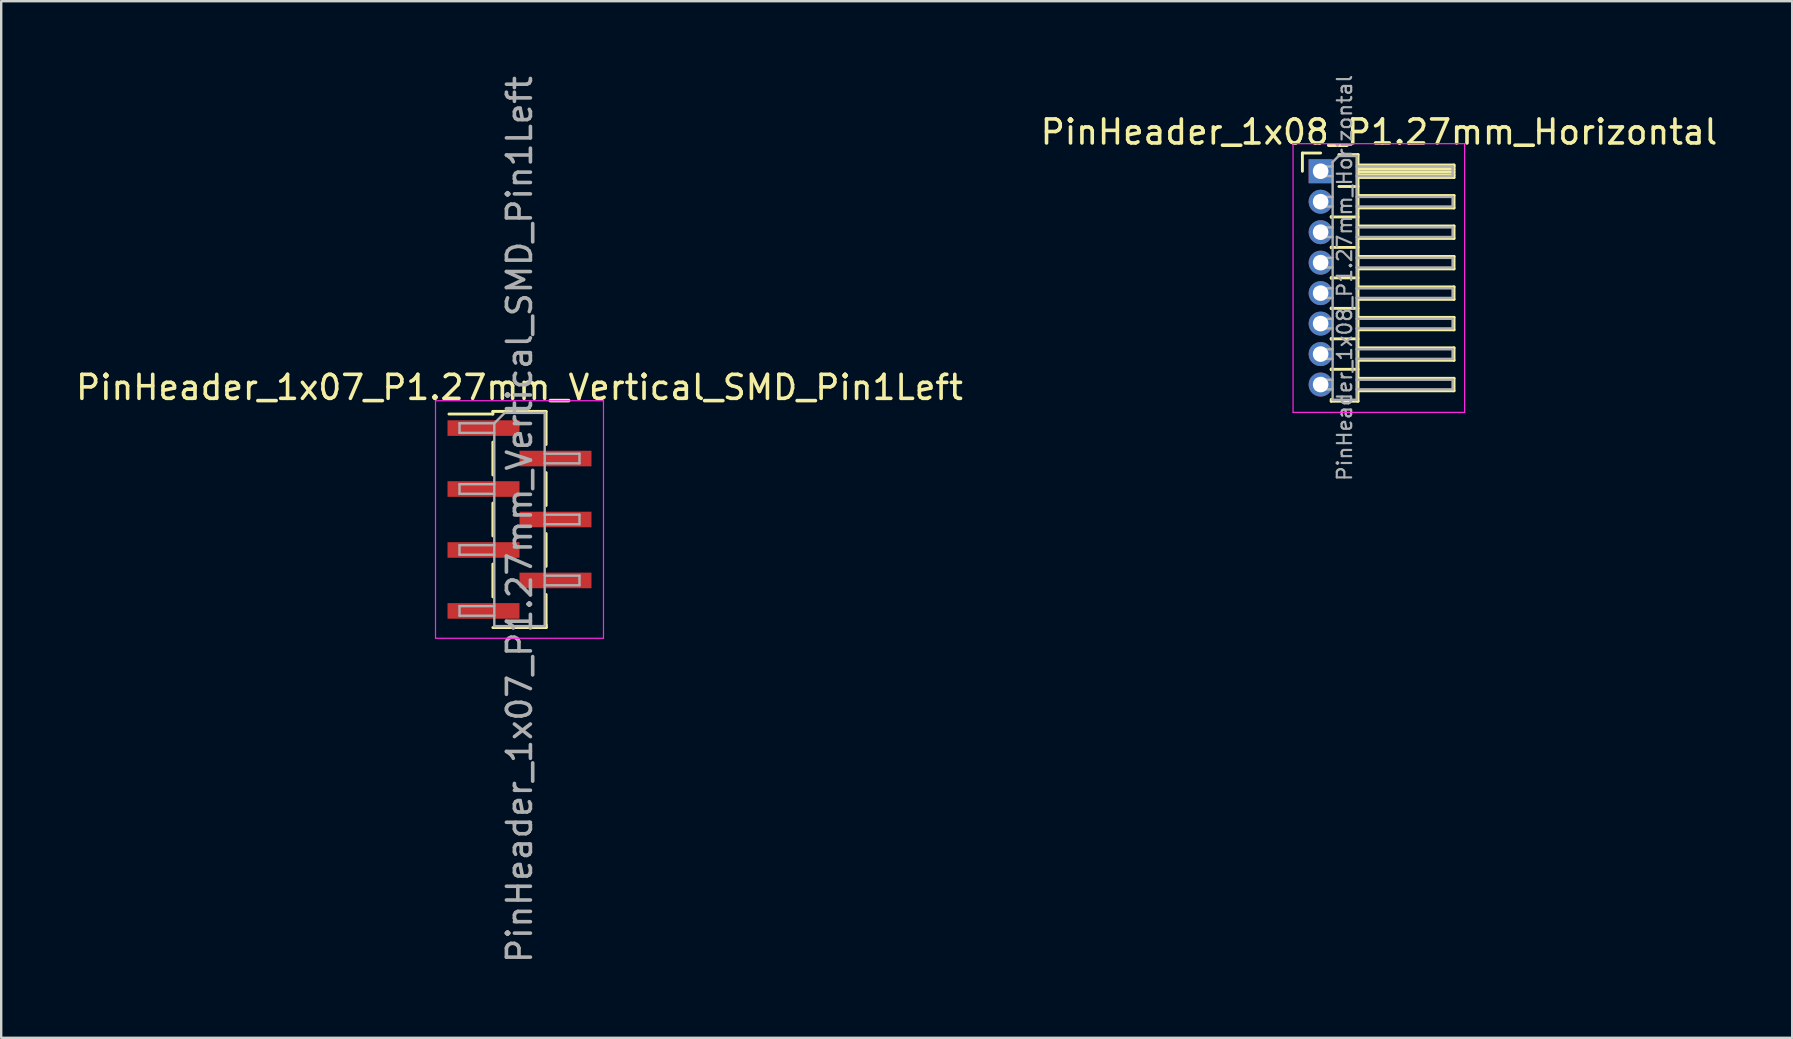
<source format=kicad_pcb>
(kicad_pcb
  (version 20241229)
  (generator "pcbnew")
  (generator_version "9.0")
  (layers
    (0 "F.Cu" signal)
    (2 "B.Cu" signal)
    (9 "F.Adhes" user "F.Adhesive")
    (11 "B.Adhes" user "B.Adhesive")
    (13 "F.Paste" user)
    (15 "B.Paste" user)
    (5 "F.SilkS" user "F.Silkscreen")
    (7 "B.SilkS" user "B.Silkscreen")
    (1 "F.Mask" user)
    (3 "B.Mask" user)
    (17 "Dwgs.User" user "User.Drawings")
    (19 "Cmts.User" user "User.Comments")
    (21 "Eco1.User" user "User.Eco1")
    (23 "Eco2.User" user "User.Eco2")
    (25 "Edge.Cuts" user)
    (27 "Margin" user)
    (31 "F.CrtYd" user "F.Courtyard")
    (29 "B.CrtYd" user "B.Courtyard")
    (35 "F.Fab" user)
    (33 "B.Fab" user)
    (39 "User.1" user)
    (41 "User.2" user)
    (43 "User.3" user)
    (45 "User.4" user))
  (footprint "PinHeader_1x07_P1.27mm_Vertical_SMD_Pin1Left"
    (layer "F.Cu")
    (at 18.601 18.601)
    (property "Reference" "PinHeader_1x07_P1.27mm_Vertical_SMD_Pin1Left" (at 0 -5.505 0) (layer "F.SilkS") (effects (font (size 1 1) (thickness 0.15))))
    (attr smd)
    (fp_line (start -1.11 -4.505) (end -1.11 -4.395) (stroke (width 0.12) (type solid)) (layer "F.SilkS"))
    (fp_line (start -1.11 -4.505) (end 1.11 -4.505) (stroke (width 0.12) (type solid)) (layer "F.SilkS"))
    (fp_line (start -1.11 -4.395) (end -2.94 -4.395) (stroke (width 0.12) (type solid)) (layer "F.SilkS"))
    (fp_line (start -1.11 -3.225) (end -1.11 -1.855) (stroke (width 0.12) (type solid)) (layer "F.SilkS"))
    (fp_line (start -1.11 -0.685) (end -1.11 0.685) (stroke (width 0.12) (type solid)) (layer "F.SilkS"))
    (fp_line (start -1.11 1.855) (end -1.11 3.225) (stroke (width 0.12) (type solid)) (layer "F.SilkS"))
    (fp_line (start -1.11 4.505) (end 1.11 4.505) (stroke (width 0.12) (type solid)) (layer "F.SilkS"))
    (fp_line (start 1.11 -4.495) (end 1.11 -3.125) (stroke (width 0.12) (type solid)) (layer "F.SilkS"))
    (fp_line (start 1.11 -1.955) (end 1.11 -0.585) (stroke (width 0.12) (type solid)) (layer "F.SilkS"))
    (fp_line (start 1.11 0.585) (end 1.11 1.955) (stroke (width 0.12) (type solid)) (layer "F.SilkS"))
    (fp_line (start 1.11 3.125) (end 1.11 4.495) (stroke (width 0.12) (type solid)) (layer "F.SilkS"))
    (fp_line (start 1.11 4.395) (end 1.11 4.505) (stroke (width 0.12) (type solid)) (layer "F.SilkS"))
    (fp_line (start -3.5 -4.95) (end -3.5 4.95) (stroke (width 0.05) (type solid)) (layer "F.CrtYd"))
    (fp_line (start -3.5 4.95) (end 3.5 4.95) (stroke (width 0.05) (type solid)) (layer "F.CrtYd"))
    (fp_line (start 3.5 -4.95) (end -3.5 -4.95) (stroke (width 0.05) (type solid)) (layer "F.CrtYd"))
    (fp_line (start 3.5 4.95) (end 3.5 -4.95) (stroke (width 0.05) (type solid)) (layer "F.CrtYd"))
    (fp_line (start -2.5 -4.01) (end -2.5 -3.61) (stroke (width 0.1) (type solid)) (layer "F.Fab"))
    (fp_line (start -2.5 -3.61) (end -1.05 -3.61) (stroke (width 0.1) (type solid)) (layer "F.Fab"))
    (fp_line (start -2.5 -1.47) (end -2.5 -1.07) (stroke (width 0.1) (type solid)) (layer "F.Fab"))
    (fp_line (start -2.5 -1.07) (end -1.05 -1.07) (stroke (width 0.1) (type solid)) (layer "F.Fab"))
    (fp_line (start -2.5 1.07) (end -2.5 1.47) (stroke (width 0.1) (type solid)) (layer "F.Fab"))
    (fp_line (start -2.5 1.47) (end -1.05 1.47) (stroke (width 0.1) (type solid)) (layer "F.Fab"))
    (fp_line (start -2.5 3.61) (end -2.5 4.01) (stroke (width 0.1) (type solid)) (layer "F.Fab"))
    (fp_line (start -2.5 4.01) (end -1.05 4.01) (stroke (width 0.1) (type solid)) (layer "F.Fab"))
    (fp_line (start -1.05 -4.01) (end -2.5 -4.01) (stroke (width 0.1) (type solid)) (layer "F.Fab"))
    (fp_line (start -1.05 -4.01) (end -0.615 -4.445) (stroke (width 0.1) (type solid)) (layer "F.Fab"))
    (fp_line (start -1.05 -1.47) (end -2.5 -1.47) (stroke (width 0.1) (type solid)) (layer "F.Fab"))
    (fp_line (start -1.05 1.07) (end -2.5 1.07) (stroke (width 0.1) (type solid)) (layer "F.Fab"))
    (fp_line (start -1.05 3.61) (end -2.5 3.61) (stroke (width 0.1) (type solid)) (layer "F.Fab"))
    (fp_line (start -1.05 4.445) (end -1.05 -4.01) (stroke (width 0.1) (type solid)) (layer "F.Fab"))
    (fp_line (start -0.615 -4.445) (end 1.05 -4.445) (stroke (width 0.1) (type solid)) (layer "F.Fab"))
    (fp_line (start 1.05 -4.445) (end 1.05 4.445) (stroke (width 0.1) (type solid)) (layer "F.Fab"))
    (fp_line (start 1.05 -2.74) (end 2.5 -2.74) (stroke (width 0.1) (type solid)) (layer "F.Fab"))
    (fp_line (start 1.05 -0.2) (end 2.5 -0.2) (stroke (width 0.1) (type solid)) (layer "F.Fab"))
    (fp_line (start 1.05 2.34) (end 2.5 2.34) (stroke (width 0.1) (type solid)) (layer "F.Fab"))
    (fp_line (start 1.05 4.445) (end -1.05 4.445) (stroke (width 0.1) (type solid)) (layer "F.Fab"))
    (fp_line (start 2.5 -2.74) (end 2.5 -2.34) (stroke (width 0.1) (type solid)) (layer "F.Fab"))
    (fp_line (start 2.5 -2.34) (end 1.05 -2.34) (stroke (width 0.1) (type solid)) (layer "F.Fab"))
    (fp_line (start 2.5 -0.2) (end 2.5 0.2) (stroke (width 0.1) (type solid)) (layer "F.Fab"))
    (fp_line (start 2.5 0.2) (end 1.05 0.2) (stroke (width 0.1) (type solid)) (layer "F.Fab"))
    (fp_line (start 2.5 2.34) (end 2.5 2.74) (stroke (width 0.1) (type solid)) (layer "F.Fab"))
    (fp_line (start 2.5 2.74) (end 1.05 2.74) (stroke (width 0.1) (type solid)) (layer "F.Fab"))
    (fp_text user "${REFERENCE}" (at 0 0 90) (layer "F.Fab") (effects (font (size 1 1) (thickness 0.15))))
    (pad "1" smd rect (at -1.5 -3.81) (size 3 0.65) (layers "F.Cu" "F.Mask" "F.Paste"))
    (pad "2" smd rect (at 1.5 -2.54) (size 3 0.65) (layers "F.Cu" "F.Mask" "F.Paste"))
    (pad "3" smd rect (at -1.5 -1.27) (size 3 0.65) (layers "F.Cu" "F.Mask" "F.Paste"))
    (pad "4" smd rect (at 1.5 0) (size 3 0.65) (layers "F.Cu" "F.Mask" "F.Paste"))
    (pad "5" smd rect (at -1.5 1.27) (size 3 0.65) (layers "F.Cu" "F.Mask" "F.Paste"))
    (pad "6" smd rect (at 1.5 2.54) (size 3 0.65) (layers "F.Cu" "F.Mask" "F.Paste"))
    (pad "7" smd rect (at -1.5 3.81) (size 3 0.65) (layers "F.Cu" "F.Mask" "F.Paste")))
  (footprint "PinHeader_1x08_P1.27mm_Horizontal"
    (layer "F.Cu")
    (at 51.99 4.087)
    (property "Reference" "PinHeader_1x08_P1.27mm_Horizontal" (at 2.433 -1.635 0) (layer "F.SilkS") (effects (font (size 1 1) (thickness 0.15))))
    (attr through_hole)
    (fp_line (start -0.76 -0.76) (end 0 -0.76) (stroke (width 0.12) (type solid)) (layer "F.SilkS"))
    (fp_line (start -0.76 0) (end -0.76 -0.76) (stroke (width 0.12) (type solid)) (layer "F.SilkS"))
    (fp_line (start 0.44 1.89) (end 0.44 1.92) (stroke (width 0.12) (type solid)) (layer "F.SilkS"))
    (fp_line (start 0.44 1.905) (end 1.56 1.905) (stroke (width 0.12) (type solid)) (layer "F.SilkS"))
    (fp_line (start 0.44 3.16) (end 0.44 3.19) (stroke (width 0.12) (type solid)) (layer "F.SilkS"))
    (fp_line (start 0.44 3.175) (end 1.56 3.175) (stroke (width 0.12) (type solid)) (layer "F.SilkS"))
    (fp_line (start 0.44 4.43) (end 0.44 4.46) (stroke (width 0.12) (type solid)) (layer "F.SilkS"))
    (fp_line (start 0.44 4.445) (end 1.56 4.445) (stroke (width 0.12) (type solid)) (layer "F.SilkS"))
    (fp_line (start 0.44 5.7) (end 0.44 5.73) (stroke (width 0.12) (type solid)) (layer "F.SilkS"))
    (fp_line (start 0.44 5.715) (end 1.56 5.715) (stroke (width 0.12) (type solid)) (layer "F.SilkS"))
    (fp_line (start 0.44 6.97) (end 0.44 7) (stroke (width 0.12) (type solid)) (layer "F.SilkS"))
    (fp_line (start 0.44 6.985) (end 1.56 6.985) (stroke (width 0.12) (type solid)) (layer "F.SilkS"))
    (fp_line (start 0.44 8.24) (end 0.44 8.27) (stroke (width 0.12) (type solid)) (layer "F.SilkS"))
    (fp_line (start 0.44 8.255) (end 1.56 8.255) (stroke (width 0.12) (type solid)) (layer "F.SilkS"))
    (fp_line (start 0.44 9.585) (end 0.44 9.51) (stroke (width 0.12) (type solid)) (layer "F.SilkS"))
    (fp_line (start 0.76 -0.695) (end 1.56 -0.695) (stroke (width 0.12) (type solid)) (layer "F.SilkS"))
    (fp_line (start 0.76 0.635) (end 1.56 0.635) (stroke (width 0.12) (type solid)) (layer "F.SilkS"))
    (fp_line (start 1.56 -0.695) (end 1.56 9.585) (stroke (width 0.12) (type solid)) (layer "F.SilkS"))
    (fp_line (start 1.56 -0.26) (end 5.56 -0.26) (stroke (width 0.12) (type solid)) (layer "F.SilkS"))
    (fp_line (start 1.56 -0.2) (end 5.56 -0.2) (stroke (width 0.12) (type solid)) (layer "F.SilkS"))
    (fp_line (start 1.56 -0.08) (end 5.56 -0.08) (stroke (width 0.12) (type solid)) (layer "F.SilkS"))
    (fp_line (start 1.56 0.04) (end 5.56 0.04) (stroke (width 0.12) (type solid)) (layer "F.SilkS"))
    (fp_line (start 1.56 0.16) (end 5.56 0.16) (stroke (width 0.12) (type solid)) (layer "F.SilkS"))
    (fp_line (start 1.56 1.01) (end 5.56 1.01) (stroke (width 0.12) (type solid)) (layer "F.SilkS"))
    (fp_line (start 1.56 2.28) (end 5.56 2.28) (stroke (width 0.12) (type solid)) (layer "F.SilkS"))
    (fp_line (start 1.56 3.55) (end 5.56 3.55) (stroke (width 0.12) (type solid)) (layer "F.SilkS"))
    (fp_line (start 1.56 4.82) (end 5.56 4.82) (stroke (width 0.12) (type solid)) (layer "F.SilkS"))
    (fp_line (start 1.56 6.09) (end 5.56 6.09) (stroke (width 0.12) (type solid)) (layer "F.SilkS"))
    (fp_line (start 1.56 7.36) (end 5.56 7.36) (stroke (width 0.12) (type solid)) (layer "F.SilkS"))
    (fp_line (start 1.56 8.63) (end 5.56 8.63) (stroke (width 0.12) (type solid)) (layer "F.SilkS"))
    (fp_line (start 1.56 9.585) (end 0.44 9.585) (stroke (width 0.12) (type solid)) (layer "F.SilkS"))
    (fp_line (start 5.56 -0.26) (end 5.56 0.26) (stroke (width 0.12) (type solid)) (layer "F.SilkS"))
    (fp_line (start 5.56 0.26) (end 1.56 0.26) (stroke (width 0.12) (type solid)) (layer "F.SilkS"))
    (fp_line (start 5.56 1.01) (end 5.56 1.53) (stroke (width 0.12) (type solid)) (layer "F.SilkS"))
    (fp_line (start 5.56 1.53) (end 1.56 1.53) (stroke (width 0.12) (type solid)) (layer "F.SilkS"))
    (fp_line (start 5.56 2.28) (end 5.56 2.8) (stroke (width 0.12) (type solid)) (layer "F.SilkS"))
    (fp_line (start 5.56 2.8) (end 1.56 2.8) (stroke (width 0.12) (type solid)) (layer "F.SilkS"))
    (fp_line (start 5.56 3.55) (end 5.56 4.07) (stroke (width 0.12) (type solid)) (layer "F.SilkS"))
    (fp_line (start 5.56 4.07) (end 1.56 4.07) (stroke (width 0.12) (type solid)) (layer "F.SilkS"))
    (fp_line (start 5.56 4.82) (end 5.56 5.34) (stroke (width 0.12) (type solid)) (layer "F.SilkS"))
    (fp_line (start 5.56 5.34) (end 1.56 5.34) (stroke (width 0.12) (type solid)) (layer "F.SilkS"))
    (fp_line (start 5.56 6.09) (end 5.56 6.61) (stroke (width 0.12) (type solid)) (layer "F.SilkS"))
    (fp_line (start 5.56 6.61) (end 1.56 6.61) (stroke (width 0.12) (type solid)) (layer "F.SilkS"))
    (fp_line (start 5.56 7.36) (end 5.56 7.88) (stroke (width 0.12) (type solid)) (layer "F.SilkS"))
    (fp_line (start 5.56 7.88) (end 1.56 7.88) (stroke (width 0.12) (type solid)) (layer "F.SilkS"))
    (fp_line (start 5.56 8.63) (end 5.56 9.15) (stroke (width 0.12) (type solid)) (layer "F.SilkS"))
    (fp_line (start 5.56 9.15) (end 1.56 9.15) (stroke (width 0.12) (type solid)) (layer "F.SilkS"))
    (fp_line (start -1.15 -1.15) (end -1.15 10.05) (stroke (width 0.05) (type solid)) (layer "F.CrtYd"))
    (fp_line (start -1.15 10.05) (end 6 10.05) (stroke (width 0.05) (type solid)) (layer "F.CrtYd"))
    (fp_line (start 6 -1.15) (end -1.15 -1.15) (stroke (width 0.05) (type solid)) (layer "F.CrtYd"))
    (fp_line (start 6 10.05) (end 6 -1.15) (stroke (width 0.05) (type solid)) (layer "F.CrtYd"))
    (fp_line (start -0.2 -0.2) (end -0.2 0.2) (stroke (width 0.1) (type solid)) (layer "F.Fab"))
    (fp_line (start -0.2 -0.2) (end 0.5 -0.2) (stroke (width 0.1) (type solid)) (layer "F.Fab"))
    (fp_line (start -0.2 0.2) (end 0.5 0.2) (stroke (width 0.1) (type solid)) (layer "F.Fab"))
    (fp_line (start -0.2 1.07) (end -0.2 1.47) (stroke (width 0.1) (type solid)) (layer "F.Fab"))
    (fp_line (start -0.2 1.07) (end 0.5 1.07) (stroke (width 0.1) (type solid)) (layer "F.Fab"))
    (fp_line (start -0.2 1.47) (end 0.5 1.47) (stroke (width 0.1) (type solid)) (layer "F.Fab"))
    (fp_line (start -0.2 2.34) (end -0.2 2.74) (stroke (width 0.1) (type solid)) (layer "F.Fab"))
    (fp_line (start -0.2 2.34) (end 0.5 2.34) (stroke (width 0.1) (type solid)) (layer "F.Fab"))
    (fp_line (start -0.2 2.74) (end 0.5 2.74) (stroke (width 0.1) (type solid)) (layer "F.Fab"))
    (fp_line (start -0.2 3.61) (end -0.2 4.01) (stroke (width 0.1) (type solid)) (layer "F.Fab"))
    (fp_line (start -0.2 3.61) (end 0.5 3.61) (stroke (width 0.1) (type solid)) (layer "F.Fab"))
    (fp_line (start -0.2 4.01) (end 0.5 4.01) (stroke (width 0.1) (type solid)) (layer "F.Fab"))
    (fp_line (start -0.2 4.88) (end -0.2 5.28) (stroke (width 0.1) (type solid)) (layer "F.Fab"))
    (fp_line (start -0.2 4.88) (end 0.5 4.88) (stroke (width 0.1) (type solid)) (layer "F.Fab"))
    (fp_line (start -0.2 5.28) (end 0.5 5.28) (stroke (width 0.1) (type solid)) (layer "F.Fab"))
    (fp_line (start -0.2 6.15) (end -0.2 6.55) (stroke (width 0.1) (type solid)) (layer "F.Fab"))
    (fp_line (start -0.2 6.15) (end 0.5 6.15) (stroke (width 0.1) (type solid)) (layer "F.Fab"))
    (fp_line (start -0.2 6.55) (end 0.5 6.55) (stroke (width 0.1) (type solid)) (layer "F.Fab"))
    (fp_line (start -0.2 7.42) (end -0.2 7.82) (stroke (width 0.1) (type solid)) (layer "F.Fab"))
    (fp_line (start -0.2 7.42) (end 0.5 7.42) (stroke (width 0.1) (type solid)) (layer "F.Fab"))
    (fp_line (start -0.2 7.82) (end 0.5 7.82) (stroke (width 0.1) (type solid)) (layer "F.Fab"))
    (fp_line (start -0.2 8.69) (end -0.2 9.09) (stroke (width 0.1) (type solid)) (layer "F.Fab"))
    (fp_line (start -0.2 8.69) (end 0.5 8.69) (stroke (width 0.1) (type solid)) (layer "F.Fab"))
    (fp_line (start -0.2 9.09) (end 0.5 9.09) (stroke (width 0.1) (type solid)) (layer "F.Fab"))
    (fp_line (start 0.5 -0.385) (end 0.75 -0.635) (stroke (width 0.1) (type solid)) (layer "F.Fab"))
    (fp_line (start 0.5 9.525) (end 0.5 -0.385) (stroke (width 0.1) (type solid)) (layer "F.Fab"))
    (fp_line (start 0.75 -0.635) (end 1.5 -0.635) (stroke (width 0.1) (type solid)) (layer "F.Fab"))
    (fp_line (start 1.5 -0.635) (end 1.5 9.525) (stroke (width 0.1) (type solid)) (layer "F.Fab"))
    (fp_line (start 1.5 -0.2) (end 5.5 -0.2) (stroke (width 0.1) (type solid)) (layer "F.Fab"))
    (fp_line (start 1.5 0.2) (end 5.5 0.2) (stroke (width 0.1) (type solid)) (layer "F.Fab"))
    (fp_line (start 1.5 1.07) (end 5.5 1.07) (stroke (width 0.1) (type solid)) (layer "F.Fab"))
    (fp_line (start 1.5 1.47) (end 5.5 1.47) (stroke (width 0.1) (type solid)) (layer "F.Fab"))
    (fp_line (start 1.5 2.34) (end 5.5 2.34) (stroke (width 0.1) (type solid)) (layer "F.Fab"))
    (fp_line (start 1.5 2.74) (end 5.5 2.74) (stroke (width 0.1) (type solid)) (layer "F.Fab"))
    (fp_line (start 1.5 3.61) (end 5.5 3.61) (stroke (width 0.1) (type solid)) (layer "F.Fab"))
    (fp_line (start 1.5 4.01) (end 5.5 4.01) (stroke (width 0.1) (type solid)) (layer "F.Fab"))
    (fp_line (start 1.5 4.88) (end 5.5 4.88) (stroke (width 0.1) (type solid)) (layer "F.Fab"))
    (fp_line (start 1.5 5.28) (end 5.5 5.28) (stroke (width 0.1) (type solid)) (layer "F.Fab"))
    (fp_line (start 1.5 6.15) (end 5.5 6.15) (stroke (width 0.1) (type solid)) (layer "F.Fab"))
    (fp_line (start 1.5 6.55) (end 5.5 6.55) (stroke (width 0.1) (type solid)) (layer "F.Fab"))
    (fp_line (start 1.5 7.42) (end 5.5 7.42) (stroke (width 0.1) (type solid)) (layer "F.Fab"))
    (fp_line (start 1.5 7.82) (end 5.5 7.82) (stroke (width 0.1) (type solid)) (layer "F.Fab"))
    (fp_line (start 1.5 8.69) (end 5.5 8.69) (stroke (width 0.1) (type solid)) (layer "F.Fab"))
    (fp_line (start 1.5 9.09) (end 5.5 9.09) (stroke (width 0.1) (type solid)) (layer "F.Fab"))
    (fp_line (start 1.5 9.525) (end 0.5 9.525) (stroke (width 0.1) (type solid)) (layer "F.Fab"))
    (fp_line (start 5.5 -0.2) (end 5.5 0.2) (stroke (width 0.1) (type solid)) (layer "F.Fab"))
    (fp_line (start 5.5 1.07) (end 5.5 1.47) (stroke (width 0.1) (type solid)) (layer "F.Fab"))
    (fp_line (start 5.5 2.34) (end 5.5 2.74) (stroke (width 0.1) (type solid)) (layer "F.Fab"))
    (fp_line (start 5.5 3.61) (end 5.5 4.01) (stroke (width 0.1) (type solid)) (layer "F.Fab"))
    (fp_line (start 5.5 4.88) (end 5.5 5.28) (stroke (width 0.1) (type solid)) (layer "F.Fab"))
    (fp_line (start 5.5 6.15) (end 5.5 6.55) (stroke (width 0.1) (type solid)) (layer "F.Fab"))
    (fp_line (start 5.5 7.42) (end 5.5 7.82) (stroke (width 0.1) (type solid)) (layer "F.Fab"))
    (fp_line (start 5.5 8.69) (end 5.5 9.09) (stroke (width 0.1) (type solid)) (layer "F.Fab"))
    (fp_text user "${REFERENCE}" (at 1 4.445 90) (layer "F.Fab") (effects (font (size 0.6 0.6) (thickness 0.09))))
    (pad "1" thru_hole rect (at 0 0) (size 1 1) (drill 0.65) (layers "*.Cu" "*.Mask"))
    (pad "2" thru_hole oval (at 0 1.27) (size 1 1) (drill 0.65) (layers "*.Cu" "*.Mask"))
    (pad "3" thru_hole oval (at 0 2.54) (size 1 1) (drill 0.65) (layers "*.Cu" "*.Mask"))
    (pad "4" thru_hole oval (at 0 3.81) (size 1 1) (drill 0.65) (layers "*.Cu" "*.Mask"))
    (pad "5" thru_hole oval (at 0 5.08) (size 1 1) (drill 0.65) (layers "*.Cu" "*.Mask"))
    (pad "6" thru_hole oval (at 0 6.35) (size 1 1) (drill 0.65) (layers "*.Cu" "*.Mask"))
    (pad "7" thru_hole oval (at 0 7.62) (size 1 1) (drill 0.65) (layers "*.Cu" "*.Mask"))
    (pad "8" thru_hole oval (at 0 8.89) (size 1 1) (drill 0.65) (layers "*.Cu" "*.Mask")))
  (gr_rect
    (start -3 -3)
    (end 71.643 40.202)
    (stroke (width 0.1) (type default))
    (fill no)
    (layer "Edge.Cuts")))
</source>
